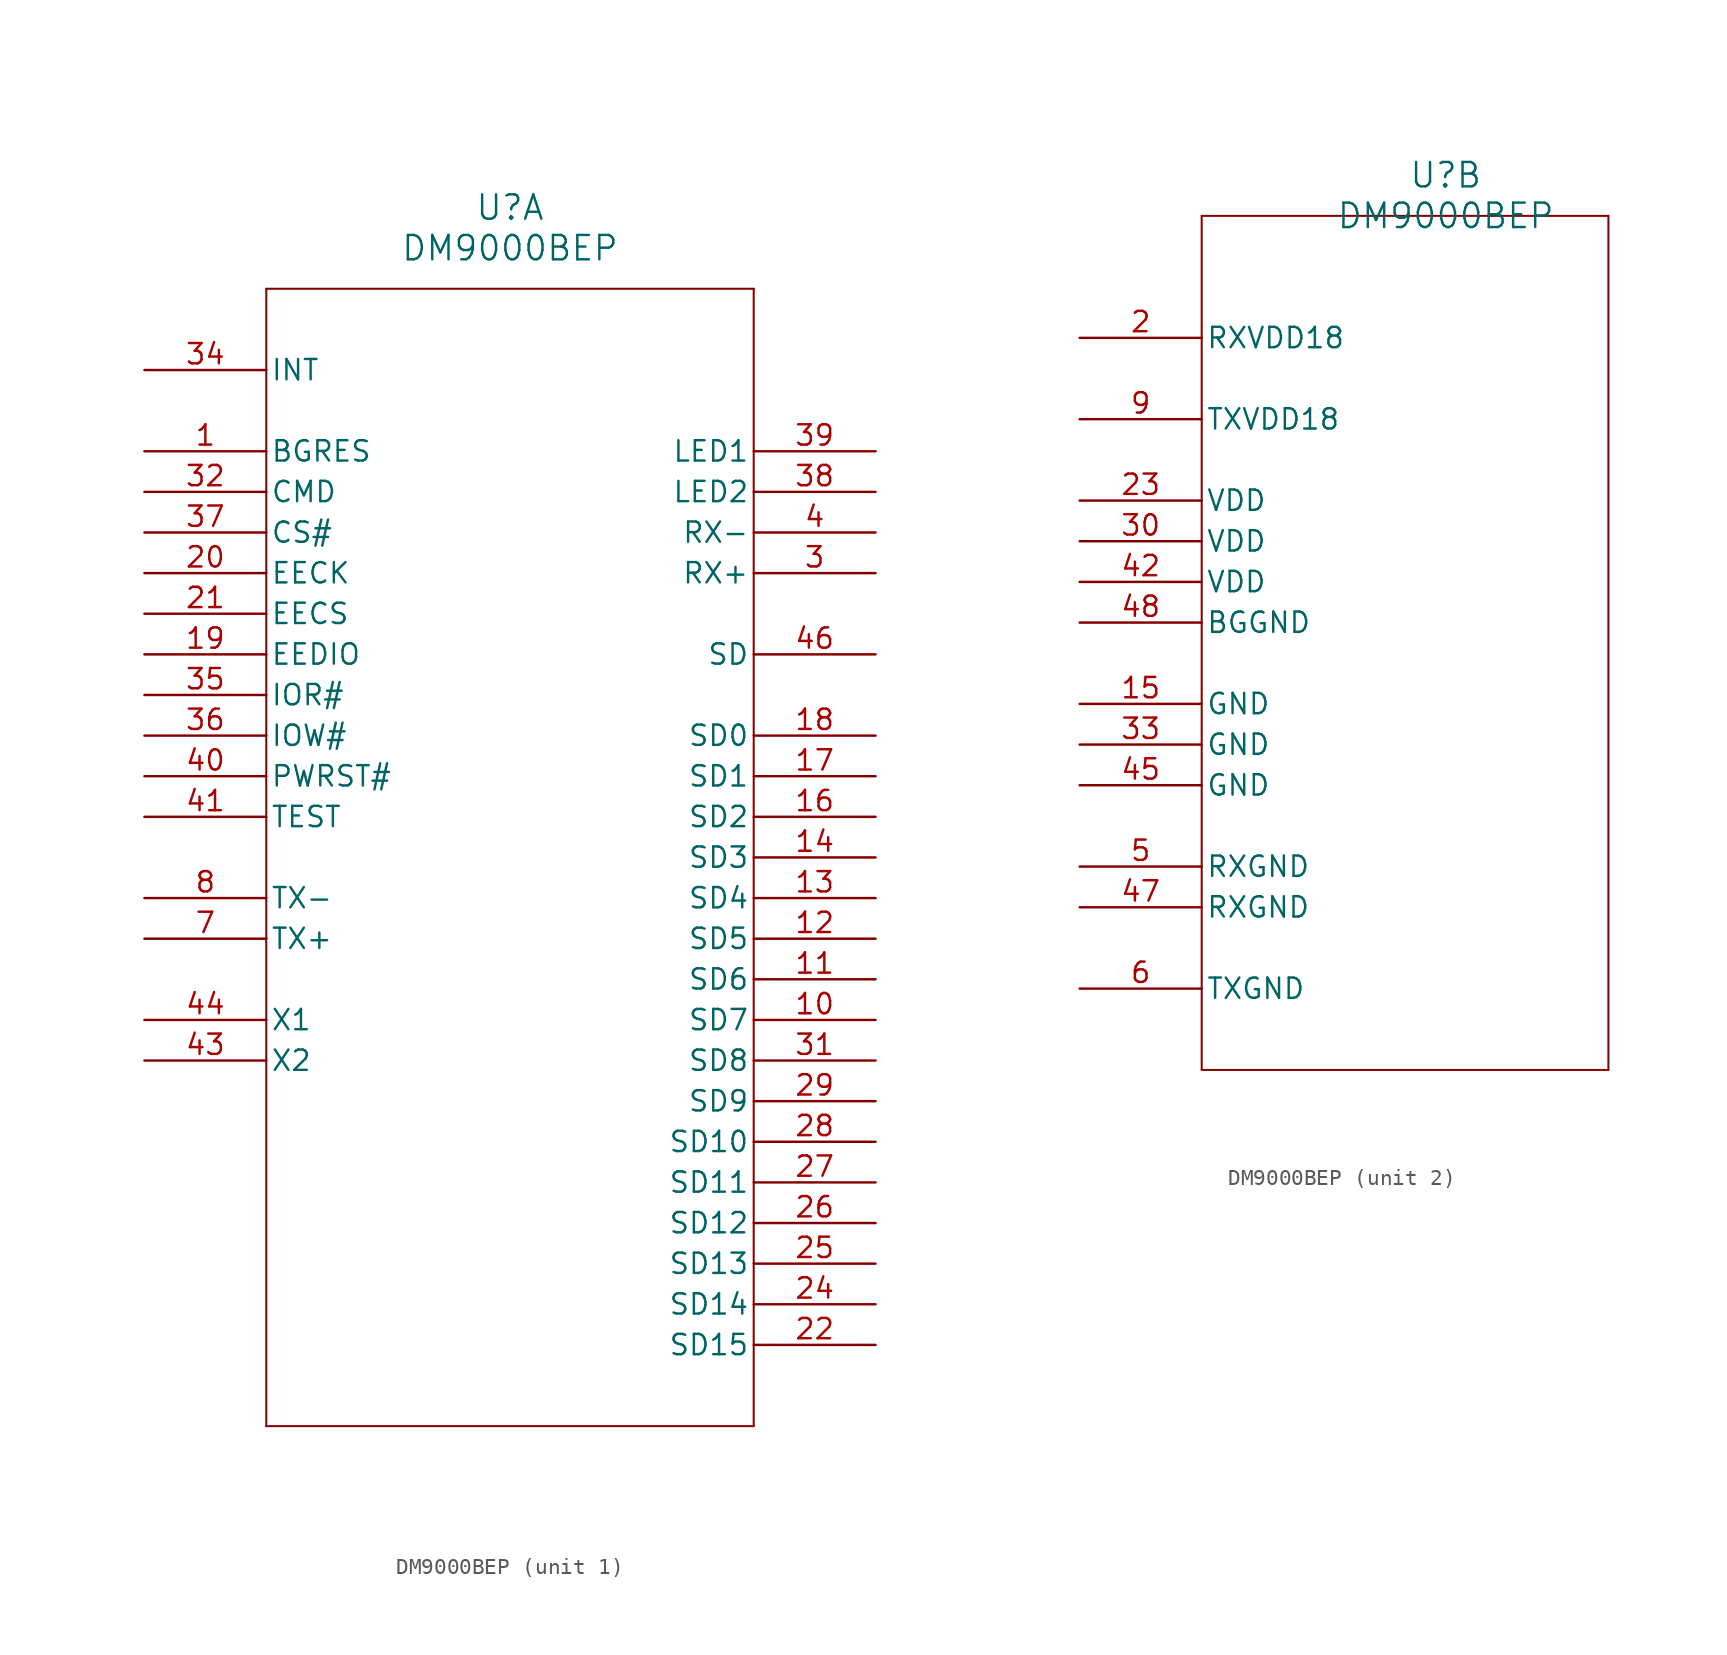
<source format=kicad_sym>
(kicad_symbol_lib
  (version 20211014)
  (generator kicad_symbol_editor)
  (symbol "DM9000BEP"
    (pin_names
      (offset 0.254))
    (property "Reference" "U"
      (at 22.86 10.16 0)
      (effects (font (size 1.524 1.524))))
    (property "Value" "DM9000BEP"
      (at 22.86 7.62 0)
      (effects (font (size 1.524 1.524))))
    (symbol "DM9000BEP_1_1"
      (polyline (pts (xy 7.62 5.08) (xy 7.62 -66.04)) (stroke (width 0.127) (type default) (color 0 0 0 0)) (fill (type none)))
      (polyline (pts (xy 7.62 -66.04) (xy 38.1 -66.04)) (stroke (width 0.127) (type default) (color 0 0 0 0)) (fill (type none)))
      (polyline (pts (xy 38.1 -66.04) (xy 38.1 5.08)) (stroke (width 0.127) (type default) (color 0 0 0 0)) (fill (type none)))
      (polyline (pts (xy 38.1 5.08) (xy 7.62 5.08)) (stroke (width 0.127) (type default) (color 0 0 0 0)) (fill (type none)))
      (pin unspecified line (at 0 -5.08 0) (length 7.62) (name "BGRES" (effects (font (size 1.27 1.27)))) (number "1" (effects (font (size 1.27 1.27)))))
      (pin unspecified line (at 45.72 -12.7 180) (length 7.62) (name "RX+" (effects (font (size 1.27 1.27)))) (number "3" (effects (font (size 1.27 1.27)))))
      (pin unspecified line (at 45.72 -10.16 180) (length 7.62) (name "RX-" (effects (font (size 1.27 1.27)))) (number "4" (effects (font (size 1.27 1.27)))))
      (pin unspecified line (at 0 -35.56 0) (length 7.62) (name "TX+" (effects (font (size 1.27 1.27)))) (number "7" (effects (font (size 1.27 1.27)))))
      (pin unspecified line (at 0 -33.02 0) (length 7.62) (name "TX-" (effects (font (size 1.27 1.27)))) (number "8" (effects (font (size 1.27 1.27)))))
      (pin bidirectional line (at 45.72 -40.64 180) (length 7.62) (name "SD7" (effects (font (size 1.27 1.27)))) (number "10" (effects (font (size 1.27 1.27)))))
      (pin bidirectional line (at 45.72 -38.1 180) (length 7.62) (name "SD6" (effects (font (size 1.27 1.27)))) (number "11" (effects (font (size 1.27 1.27)))))
      (pin bidirectional line (at 45.72 -35.56 180) (length 7.62) (name "SD5" (effects (font (size 1.27 1.27)))) (number "12" (effects (font (size 1.27 1.27)))))
      (pin bidirectional line (at 45.72 -33.02 180) (length 7.62) (name "SD4" (effects (font (size 1.27 1.27)))) (number "13" (effects (font (size 1.27 1.27)))))
      (pin bidirectional line (at 45.72 -30.48 180) (length 7.62) (name "SD3" (effects (font (size 1.27 1.27)))) (number "14" (effects (font (size 1.27 1.27)))))
      (pin bidirectional line (at 45.72 -27.94 180) (length 7.62) (name "SD2" (effects (font (size 1.27 1.27)))) (number "16" (effects (font (size 1.27 1.27)))))
      (pin bidirectional line (at 45.72 -25.4 180) (length 7.62) (name "SD1" (effects (font (size 1.27 1.27)))) (number "17" (effects (font (size 1.27 1.27)))))
      (pin bidirectional line (at 45.72 -22.86 180) (length 7.62) (name "SD0" (effects (font (size 1.27 1.27)))) (number "18" (effects (font (size 1.27 1.27)))))
      (pin unspecified line (at 0 -17.78 0) (length 7.62) (name "EEDIO" (effects (font (size 1.27 1.27)))) (number "19" (effects (font (size 1.27 1.27)))))
      (pin unspecified line (at 0 -12.7 0) (length 7.62) (name "EECK" (effects (font (size 1.27 1.27)))) (number "20" (effects (font (size 1.27 1.27)))))
      (pin unspecified line (at 0 -15.24 0) (length 7.62) (name "EECS" (effects (font (size 1.27 1.27)))) (number "21" (effects (font (size 1.27 1.27)))))
      (pin bidirectional line (at 45.72 -60.96 180) (length 7.62) (name "SD15" (effects (font (size 1.27 1.27)))) (number "22" (effects (font (size 1.27 1.27)))))
      (pin bidirectional line (at 45.72 -58.42 180) (length 7.62) (name "SD14" (effects (font (size 1.27 1.27)))) (number "24" (effects (font (size 1.27 1.27)))))
      (pin bidirectional line (at 45.72 -55.88 180) (length 7.62) (name "SD13" (effects (font (size 1.27 1.27)))) (number "25" (effects (font (size 1.27 1.27)))))
      (pin bidirectional line (at 45.72 -53.34 180) (length 7.62) (name "SD12" (effects (font (size 1.27 1.27)))) (number "26" (effects (font (size 1.27 1.27)))))
      (pin bidirectional line (at 45.72 -50.8 180) (length 7.62) (name "SD11" (effects (font (size 1.27 1.27)))) (number "27" (effects (font (size 1.27 1.27)))))
      (pin bidirectional line (at 45.72 -48.26 180) (length 7.62) (name "SD10" (effects (font (size 1.27 1.27)))) (number "28" (effects (font (size 1.27 1.27)))))
      (pin bidirectional line (at 45.72 -45.72 180) (length 7.62) (name "SD9" (effects (font (size 1.27 1.27)))) (number "29" (effects (font (size 1.27 1.27)))))
      (pin bidirectional line (at 45.72 -43.18 180) (length 7.62) (name "SD8" (effects (font (size 1.27 1.27)))) (number "31" (effects (font (size 1.27 1.27)))))
      (pin unspecified line (at 0 -7.62 0) (length 7.62) (name "CMD" (effects (font (size 1.27 1.27)))) (number "32" (effects (font (size 1.27 1.27)))))
      (pin unspecified line (at 0 0 0) (length 7.62) (name "INT" (effects (font (size 1.27 1.27)))) (number "34" (effects (font (size 1.27 1.27)))))
      (pin unspecified line (at 0 -20.32 0) (length 7.62) (name "IOR#" (effects (font (size 1.27 1.27)))) (number "35" (effects (font (size 1.27 1.27)))))
      (pin unspecified line (at 0 -22.86 0) (length 7.62) (name "IOW#" (effects (font (size 1.27 1.27)))) (number "36" (effects (font (size 1.27 1.27)))))
      (pin unspecified line (at 0 -10.16 0) (length 7.62) (name "CS#" (effects (font (size 1.27 1.27)))) (number "37" (effects (font (size 1.27 1.27)))))
      (pin bidirectional line (at 45.72 -7.62 180) (length 7.62) (name "LED2" (effects (font (size 1.27 1.27)))) (number "38" (effects (font (size 1.27 1.27)))))
      (pin bidirectional line (at 45.72 -5.08 180) (length 7.62) (name "LED1" (effects (font (size 1.27 1.27)))) (number "39" (effects (font (size 1.27 1.27)))))
      (pin unspecified line (at 0 -25.4 0) (length 7.62) (name "PWRST#" (effects (font (size 1.27 1.27)))) (number "40" (effects (font (size 1.27 1.27)))))
      (pin unspecified line (at 0 -27.94 0) (length 7.62) (name "TEST" (effects (font (size 1.27 1.27)))) (number "41" (effects (font (size 1.27 1.27)))))
      (pin unspecified line (at 0 -43.18 0) (length 7.62) (name "X2" (effects (font (size 1.27 1.27)))) (number "43" (effects (font (size 1.27 1.27)))))
      (pin bidirectional line (at 0 -40.64 0) (length 7.62) (name "X1" (effects (font (size 1.27 1.27)))) (number "44" (effects (font (size 1.27 1.27)))))
      (pin unspecified line (at 45.72 -17.78 180) (length 7.62) (name "SD" (effects (font (size 1.27 1.27)))) (number "46" (effects (font (size 1.27 1.27))))))
    (symbol "DM9000BEP_2_1"
      (polyline (pts (xy 7.62 7.62) (xy 7.62 -45.72)) (stroke (width 0.127) (type default) (color 0 0 0 0)) (fill (type none)))
      (polyline (pts (xy 7.62 -45.72) (xy 33.02 -45.72)) (stroke (width 0.127) (type default) (color 0 0 0 0)) (fill (type none)))
      (polyline (pts (xy 33.02 -45.72) (xy 33.02 7.62)) (stroke (width 0.127) (type default) (color 0 0 0 0)) (fill (type none)))
      (polyline (pts (xy 33.02 7.62) (xy 7.62 7.62)) (stroke (width 0.127) (type default) (color 0 0 0 0)) (fill (type none)))
      (pin power_in line (at 0 0 0) (length 7.62) (name "RXVDD18" (effects (font (size 1.27 1.27)))) (number "2" (effects (font (size 1.27 1.27)))))
      (pin power_out line (at 0 -33.02 0) (length 7.62) (name "RXGND" (effects (font (size 1.27 1.27)))) (number "5" (effects (font (size 1.27 1.27)))))
      (pin power_out line (at 0 -40.64 0) (length 7.62) (name "TXGND" (effects (font (size 1.27 1.27)))) (number "6" (effects (font (size 1.27 1.27)))))
      (pin power_in line (at 0 -5.08 0) (length 7.62) (name "TXVDD18" (effects (font (size 1.27 1.27)))) (number "9" (effects (font (size 1.27 1.27)))))
      (pin power_out line (at 0 -22.86 0) (length 7.62) (name "GND" (effects (font (size 1.27 1.27)))) (number "15" (effects (font (size 1.27 1.27)))))
      (pin power_in line (at 0 -10.16 0) (length 7.62) (name "VDD" (effects (font (size 1.27 1.27)))) (number "23" (effects (font (size 1.27 1.27)))))
      (pin power_in line (at 0 -12.7 0) (length 7.62) (name "VDD" (effects (font (size 1.27 1.27)))) (number "30" (effects (font (size 1.27 1.27)))))
      (pin power_out line (at 0 -25.4 0) (length 7.62) (name "GND" (effects (font (size 1.27 1.27)))) (number "33" (effects (font (size 1.27 1.27)))))
      (pin power_in line (at 0 -15.24 0) (length 7.62) (name "VDD" (effects (font (size 1.27 1.27)))) (number "42" (effects (font (size 1.27 1.27)))))
      (pin power_out line (at 0 -27.94 0) (length 7.62) (name "GND" (effects (font (size 1.27 1.27)))) (number "45" (effects (font (size 1.27 1.27)))))
      (pin power_out line (at 0 -35.56 0) (length 7.62) (name "RXGND" (effects (font (size 1.27 1.27)))) (number "47" (effects (font (size 1.27 1.27)))))
      (pin power_out line (at 0 -17.78 0) (length 7.62) (name "BGGND" (effects (font (size 1.27 1.27)))) (number "48" (effects (font (size 1.27 1.27))))))))
</source>
